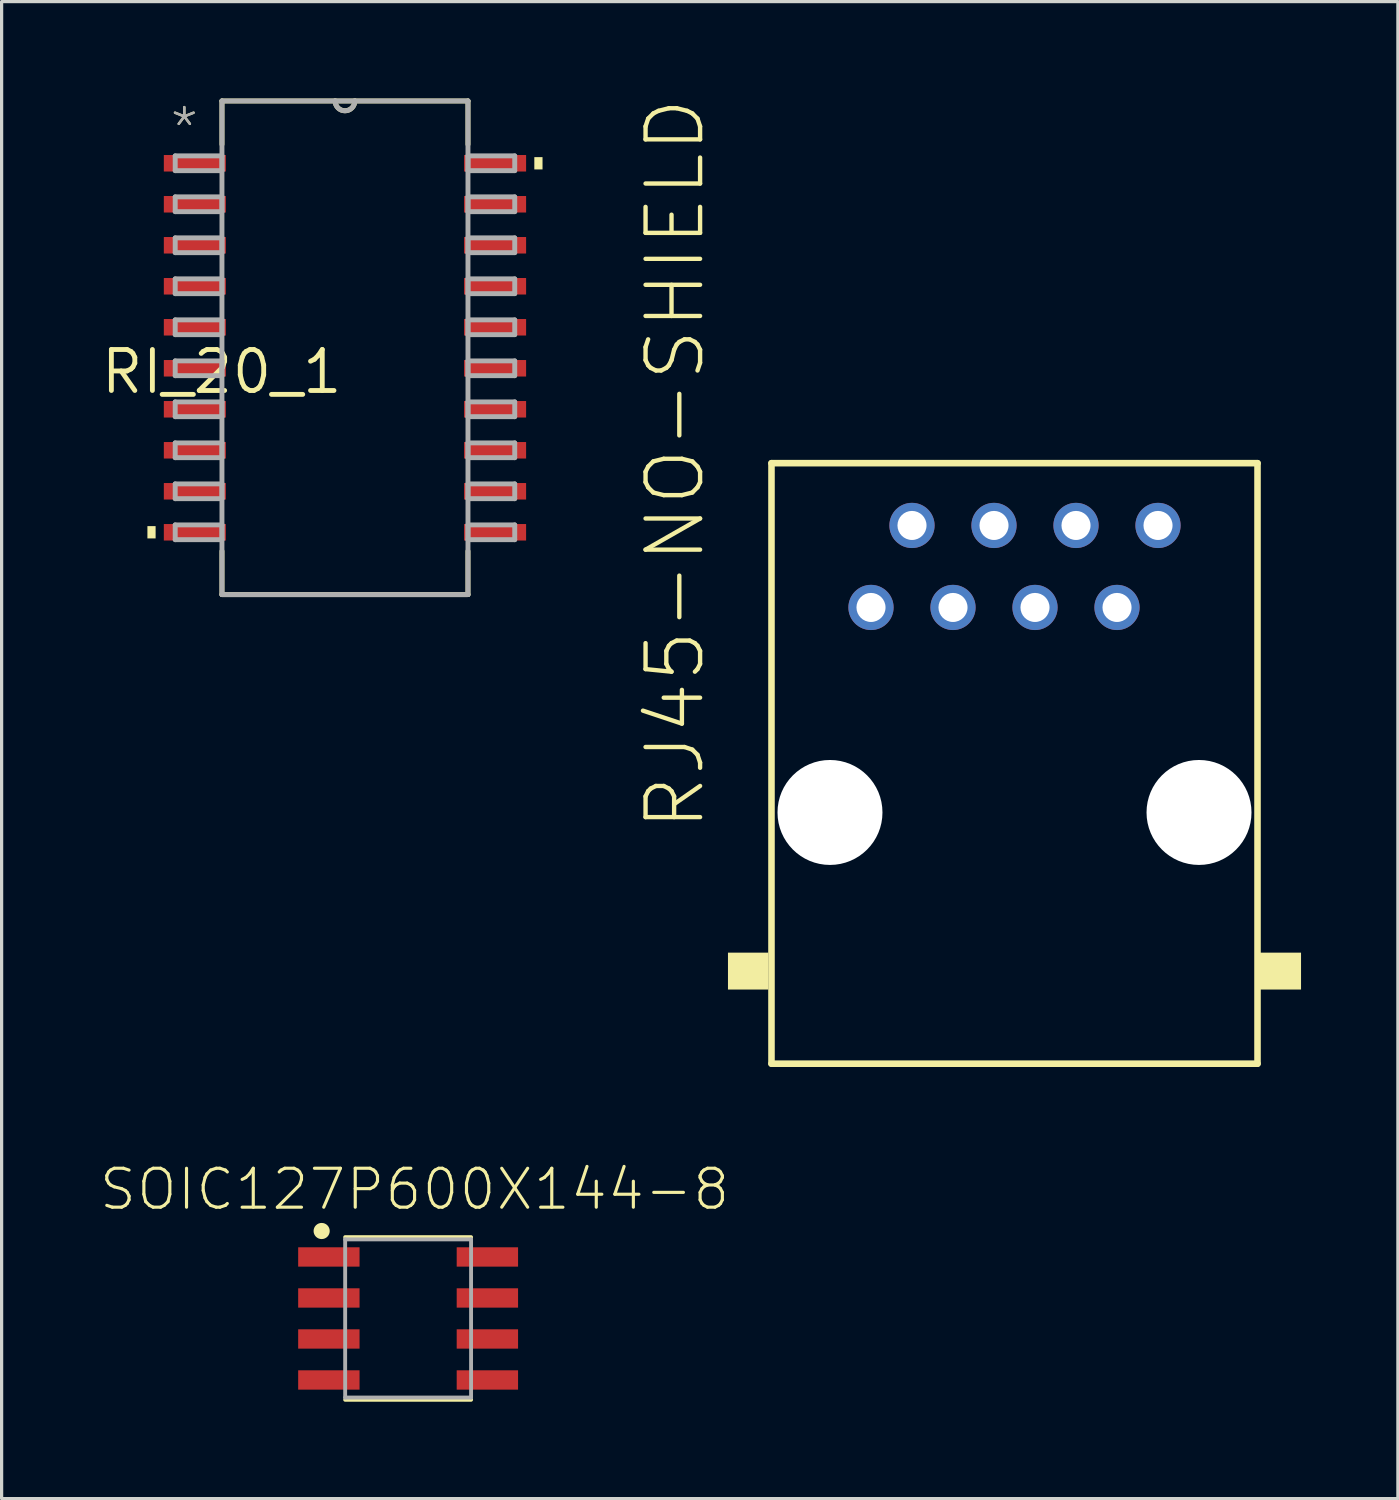
<source format=kicad_pcb>
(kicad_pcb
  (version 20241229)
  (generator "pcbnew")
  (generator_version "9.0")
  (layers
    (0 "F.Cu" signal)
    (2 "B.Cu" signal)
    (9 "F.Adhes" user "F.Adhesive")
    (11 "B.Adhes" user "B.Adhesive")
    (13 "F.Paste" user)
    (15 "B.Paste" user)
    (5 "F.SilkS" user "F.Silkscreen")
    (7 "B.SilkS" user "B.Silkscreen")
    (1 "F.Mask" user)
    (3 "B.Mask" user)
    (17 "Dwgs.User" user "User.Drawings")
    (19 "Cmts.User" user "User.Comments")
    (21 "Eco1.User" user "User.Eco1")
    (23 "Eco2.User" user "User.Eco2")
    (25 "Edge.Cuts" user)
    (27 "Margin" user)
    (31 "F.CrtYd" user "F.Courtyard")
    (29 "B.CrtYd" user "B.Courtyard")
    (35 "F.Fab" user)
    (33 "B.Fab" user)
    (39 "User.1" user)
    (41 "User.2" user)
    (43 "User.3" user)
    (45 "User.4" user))
  (footprint "SOIC127P600X144-8"
    (layer "F.Cu")
    (at 9.591 37.788)
    (property "Reference" "SOIC127P600X144-8" (at 0.2 -3.294 180) (layer "F.SilkS") (effects (font (size 1.206 1.206) (thickness 0.097)) (justify bottom)))
    (attr through_hole)
    (fp_line (start -1.95 -2.519) (end 1.95 -2.519) (stroke (width 0.12) (type solid)) (layer "F.SilkS"))
    (fp_line (start -1.95 2.519) (end 1.95 2.519) (stroke (width 0.12) (type solid)) (layer "F.SilkS"))
    (fp_circle (center -2.678 -2.709) (end -2.553 -2.709) (stroke (width 0.25) (type solid)) (fill no) (layer "F.SilkS"))
    (fp_line (start -1.95 -2.45) (end 1.95 -2.45) (stroke (width 0.12) (type solid)) (layer "F.Fab"))
    (fp_line (start -1.95 2.45) (end -1.95 -2.45) (stroke (width 0.12) (type solid)) (layer "F.Fab"))
    (fp_line (start 1.95 -2.45) (end 1.95 2.45) (stroke (width 0.12) (type solid)) (layer "F.Fab"))
    (fp_line (start 1.95 2.45) (end -1.95 2.45) (stroke (width 0.12) (type solid)) (layer "F.Fab"))
    (pad "1" smd rect (at -2.455 -1.905) (size 1.901 0.599) (layers "F.Cu" "F.Mask" "F.Paste"))
    (pad "2" smd rect (at -2.455 -0.635) (size 1.901 0.599) (layers "F.Cu" "F.Mask" "F.Paste"))
    (pad "3" smd rect (at -2.455 0.635) (size 1.901 0.599) (layers "F.Cu" "F.Mask" "F.Paste"))
    (pad "4" smd rect (at -2.455 1.905) (size 1.901 0.599) (layers "F.Cu" "F.Mask" "F.Paste"))
    (pad "5" smd rect (at 2.455 1.905) (size 1.901 0.599) (layers "F.Cu" "F.Mask" "F.Paste"))
    (pad "6" smd rect (at 2.455 0.635) (size 1.901 0.599) (layers "F.Cu" "F.Mask" "F.Paste"))
    (pad "7" smd rect (at 2.455 -0.635) (size 1.901 0.599) (layers "F.Cu" "F.Mask" "F.Paste"))
    (pad "8" smd rect (at 2.455 -1.905) (size 1.901 0.599) (layers "F.Cu" "F.Mask" "F.Paste")))
  (footprint "RJ45-NO-SHIELD"
    (layer "F.Cu")
    (at 28.373 22.115)
    (property "Reference" "RJ45-NO-SHIELD" (at -9.525 0.635 270) (layer "F.SilkS") (effects (font (size 1.689 1.689) (thickness 0.135)) (justify left bottom)))
    (attr through_hole)
    (fp_line (start -7.527 -10.819) (end 7.527 -10.819) (stroke (width 0.203) (type solid)) (layer "F.SilkS"))
    (fp_line (start -7.527 7.782) (end -7.527 -10.819) (stroke (width 0.203) (type solid)) (layer "F.SilkS"))
    (fp_line (start 7.527 -10.819) (end 7.527 7.782) (stroke (width 0.203) (type solid)) (layer "F.SilkS"))
    (fp_line (start 7.527 7.782) (end -7.527 7.782) (stroke (width 0.203) (type solid)) (layer "F.SilkS"))
    (fp_poly (pts (xy -8.875 5.485) (xy -7.625 5.485) (xy -7.625 4.342) (xy -8.875 4.342)) (stroke (width 0) (type solid)) (fill yes) (layer "F.SilkS"))
    (fp_poly (pts (xy 7.6 5.485) (xy 8.875 5.485) (xy 8.875 4.342) (xy 7.6 4.342)) (stroke (width 0) (type solid)) (fill yes) (layer "F.SilkS"))
    (pad "" np_thru_hole circle (at -5.715 0) (size 3.251 3.251) (drill 3.251) (layers "*.Cu" "*.Mask"))
    (pad "" np_thru_hole circle (at 5.715 0) (size 3.251 3.251) (drill 3.251) (layers "*.Cu" "*.Mask"))
    (pad "1" thru_hole circle (at -4.445 -6.35) (size 1.4 1.4) (drill 0.9) (layers "*.Cu" "*.Mask"))
    (pad "2" thru_hole circle (at -3.175 -8.89) (size 1.4 1.4) (drill 0.9) (layers "*.Cu" "*.Mask"))
    (pad "3" thru_hole circle (at -1.905 -6.35) (size 1.4 1.4) (drill 0.9) (layers "*.Cu" "*.Mask"))
    (pad "4" thru_hole circle (at -0.635 -8.89) (size 1.4 1.4) (drill 0.9) (layers "*.Cu" "*.Mask"))
    (pad "5" thru_hole circle (at 0.635 -6.35) (size 1.4 1.4) (drill 0.9) (layers "*.Cu" "*.Mask"))
    (pad "6" thru_hole circle (at 1.905 -8.89) (size 1.4 1.4) (drill 0.9) (layers "*.Cu" "*.Mask"))
    (pad "7" thru_hole circle (at 3.175 -6.35) (size 1.4 1.4) (drill 0.9) (layers "*.Cu" "*.Mask"))
    (pad "8" thru_hole circle (at 4.445 -8.89) (size 1.4 1.4) (drill 0.9) (layers "*.Cu" "*.Mask")))
  (footprint "RI_20_1"
    (layer "F.Cu")
    (at 7.635 7.722)
    (property "Reference" "RI_20_1" (at 0 0 0) (layer "F.SilkS") (effects (font (size 1.27 1.27) (thickness 0.15)) (justify right top)))
    (attr through_hole)
    (fp_line (start -3.81 -7.645) (end -3.81 -6.299) (stroke (width 0.152) (type solid)) (layer "F.SilkS"))
    (fp_line (start -3.81 6.299) (end -3.81 7.645) (stroke (width 0.152) (type solid)) (layer "F.SilkS"))
    (fp_line (start -3.81 7.645) (end 3.81 7.645) (stroke (width 0.152) (type solid)) (layer "F.SilkS"))
    (fp_line (start -0.305 -7.645) (end -3.81 -7.645) (stroke (width 0.152) (type solid)) (layer "F.SilkS"))
    (fp_line (start 0.305 -7.645) (end -0.305 -7.645) (stroke (width 0.152) (type solid)) (layer "F.SilkS"))
    (fp_line (start 3.81 -7.645) (end 0.305 -7.645) (stroke (width 0.152) (type solid)) (layer "F.SilkS"))
    (fp_line (start 3.81 -6.299) (end 3.81 -7.645) (stroke (width 0.152) (type solid)) (layer "F.SilkS"))
    (fp_line (start 3.81 7.645) (end 3.81 6.299) (stroke (width 0.152) (type solid)) (layer "F.SilkS"))
    (fp_arc (start 0.3048 -7.6454) (mid 0 -7.3406) (end -0.3048 -7.6454) (stroke (width 0.1524) (type solid)) (layer "F.SilkS"))
    (fp_poly (pts (xy -6.119 5.524) (xy -6.119 5.905) (xy -5.865 5.905) (xy -5.865 5.524)) (stroke (width 0) (type solid)) (fill yes) (layer "F.SilkS"))
    (fp_poly (pts (xy 6.119 -5.905) (xy 6.119 -5.524) (xy 5.865 -5.524) (xy 5.865 -5.905)) (stroke (width 0) (type solid)) (fill yes) (layer "F.SilkS"))
    (fp_line (start -5.258 -5.944) (end -5.258 -5.486) (stroke (width 0.152) (type solid)) (layer "F.Fab"))
    (fp_line (start -5.258 -5.486) (end -3.81 -5.486) (stroke (width 0.152) (type solid)) (layer "F.Fab"))
    (fp_line (start -5.258 -4.674) (end -5.258 -4.216) (stroke (width 0.152) (type solid)) (layer "F.Fab"))
    (fp_line (start -5.258 -4.216) (end -3.81 -4.216) (stroke (width 0.152) (type solid)) (layer "F.Fab"))
    (fp_line (start -5.258 -3.404) (end -5.258 -2.946) (stroke (width 0.152) (type solid)) (layer "F.Fab"))
    (fp_line (start -5.258 -2.946) (end -3.81 -2.946) (stroke (width 0.152) (type solid)) (layer "F.Fab"))
    (fp_line (start -5.258 -2.134) (end -5.258 -1.676) (stroke (width 0.152) (type solid)) (layer "F.Fab"))
    (fp_line (start -5.258 -1.676) (end -3.81 -1.676) (stroke (width 0.152) (type solid)) (layer "F.Fab"))
    (fp_line (start -5.258 -0.864) (end -5.258 -0.406) (stroke (width 0.152) (type solid)) (layer "F.Fab"))
    (fp_line (start -5.258 -0.406) (end -3.81 -0.406) (stroke (width 0.152) (type solid)) (layer "F.Fab"))
    (fp_line (start -5.258 0.406) (end -5.258 0.864) (stroke (width 0.152) (type solid)) (layer "F.Fab"))
    (fp_line (start -5.258 0.864) (end -3.81 0.864) (stroke (width 0.152) (type solid)) (layer "F.Fab"))
    (fp_line (start -5.258 1.676) (end -5.258 2.134) (stroke (width 0.152) (type solid)) (layer "F.Fab"))
    (fp_line (start -5.258 2.134) (end -3.81 2.134) (stroke (width 0.152) (type solid)) (layer "F.Fab"))
    (fp_line (start -5.258 2.946) (end -5.258 3.404) (stroke (width 0.152) (type solid)) (layer "F.Fab"))
    (fp_line (start -5.258 3.404) (end -3.81 3.404) (stroke (width 0.152) (type solid)) (layer "F.Fab"))
    (fp_line (start -5.258 4.216) (end -5.258 4.674) (stroke (width 0.152) (type solid)) (layer "F.Fab"))
    (fp_line (start -5.258 4.674) (end -3.81 4.674) (stroke (width 0.152) (type solid)) (layer "F.Fab"))
    (fp_line (start -5.258 5.486) (end -5.258 5.944) (stroke (width 0.152) (type solid)) (layer "F.Fab"))
    (fp_line (start -5.258 5.944) (end -3.81 5.944) (stroke (width 0.152) (type solid)) (layer "F.Fab"))
    (fp_line (start -3.81 -7.645) (end -3.81 7.645) (stroke (width 0.152) (type solid)) (layer "F.Fab"))
    (fp_line (start -3.81 -5.944) (end -5.258 -5.944) (stroke (width 0.152) (type solid)) (layer "F.Fab"))
    (fp_line (start -3.81 -5.486) (end -3.81 -5.944) (stroke (width 0.152) (type solid)) (layer "F.Fab"))
    (fp_line (start -3.81 -4.674) (end -5.258 -4.674) (stroke (width 0.152) (type solid)) (layer "F.Fab"))
    (fp_line (start -3.81 -4.216) (end -3.81 -4.674) (stroke (width 0.152) (type solid)) (layer "F.Fab"))
    (fp_line (start -3.81 -3.404) (end -5.258 -3.404) (stroke (width 0.152) (type solid)) (layer "F.Fab"))
    (fp_line (start -3.81 -2.946) (end -3.81 -3.404) (stroke (width 0.152) (type solid)) (layer "F.Fab"))
    (fp_line (start -3.81 -2.134) (end -5.258 -2.134) (stroke (width 0.152) (type solid)) (layer "F.Fab"))
    (fp_line (start -3.81 -1.676) (end -3.81 -2.134) (stroke (width 0.152) (type solid)) (layer "F.Fab"))
    (fp_line (start -3.81 -0.864) (end -5.258 -0.864) (stroke (width 0.152) (type solid)) (layer "F.Fab"))
    (fp_line (start -3.81 -0.406) (end -3.81 -0.864) (stroke (width 0.152) (type solid)) (layer "F.Fab"))
    (fp_line (start -3.81 0.406) (end -5.258 0.406) (stroke (width 0.152) (type solid)) (layer "F.Fab"))
    (fp_line (start -3.81 0.864) (end -3.81 0.406) (stroke (width 0.152) (type solid)) (layer "F.Fab"))
    (fp_line (start -3.81 1.676) (end -5.258 1.676) (stroke (width 0.152) (type solid)) (layer "F.Fab"))
    (fp_line (start -3.81 2.134) (end -3.81 1.676) (stroke (width 0.152) (type solid)) (layer "F.Fab"))
    (fp_line (start -3.81 2.946) (end -5.258 2.946) (stroke (width 0.152) (type solid)) (layer "F.Fab"))
    (fp_line (start -3.81 3.404) (end -3.81 2.946) (stroke (width 0.152) (type solid)) (layer "F.Fab"))
    (fp_line (start -3.81 4.216) (end -5.258 4.216) (stroke (width 0.152) (type solid)) (layer "F.Fab"))
    (fp_line (start -3.81 4.674) (end -3.81 4.216) (stroke (width 0.152) (type solid)) (layer "F.Fab"))
    (fp_line (start -3.81 5.486) (end -5.258 5.486) (stroke (width 0.152) (type solid)) (layer "F.Fab"))
    (fp_line (start -3.81 5.944) (end -3.81 5.486) (stroke (width 0.152) (type solid)) (layer "F.Fab"))
    (fp_line (start -3.81 7.645) (end 3.81 7.645) (stroke (width 0.152) (type solid)) (layer "F.Fab"))
    (fp_line (start -0.305 -7.645) (end -3.81 -7.645) (stroke (width 0.152) (type solid)) (layer "F.Fab"))
    (fp_line (start 0.305 -7.645) (end -0.305 -7.645) (stroke (width 0.152) (type solid)) (layer "F.Fab"))
    (fp_line (start 3.81 -7.645) (end 0.305 -7.645) (stroke (width 0.152) (type solid)) (layer "F.Fab"))
    (fp_line (start 3.81 -5.944) (end 3.81 -5.486) (stroke (width 0.152) (type solid)) (layer "F.Fab"))
    (fp_line (start 3.81 -5.486) (end 5.258 -5.486) (stroke (width 0.152) (type solid)) (layer "F.Fab"))
    (fp_line (start 3.81 -4.674) (end 3.81 -4.216) (stroke (width 0.152) (type solid)) (layer "F.Fab"))
    (fp_line (start 3.81 -4.216) (end 5.258 -4.216) (stroke (width 0.152) (type solid)) (layer "F.Fab"))
    (fp_line (start 3.81 -3.404) (end 3.81 -2.946) (stroke (width 0.152) (type solid)) (layer "F.Fab"))
    (fp_line (start 3.81 -2.946) (end 5.258 -2.946) (stroke (width 0.152) (type solid)) (layer "F.Fab"))
    (fp_line (start 3.81 -2.134) (end 3.81 -1.676) (stroke (width 0.152) (type solid)) (layer "F.Fab"))
    (fp_line (start 3.81 -1.676) (end 5.258 -1.676) (stroke (width 0.152) (type solid)) (layer "F.Fab"))
    (fp_line (start 3.81 -0.864) (end 3.81 -0.406) (stroke (width 0.152) (type solid)) (layer "F.Fab"))
    (fp_line (start 3.81 -0.406) (end 5.258 -0.406) (stroke (width 0.152) (type solid)) (layer "F.Fab"))
    (fp_line (start 3.81 0.406) (end 3.81 0.864) (stroke (width 0.152) (type solid)) (layer "F.Fab"))
    (fp_line (start 3.81 0.864) (end 5.258 0.864) (stroke (width 0.152) (type solid)) (layer "F.Fab"))
    (fp_line (start 3.81 1.676) (end 3.81 2.134) (stroke (width 0.152) (type solid)) (layer "F.Fab"))
    (fp_line (start 3.81 2.134) (end 5.258 2.134) (stroke (width 0.152) (type solid)) (layer "F.Fab"))
    (fp_line (start 3.81 2.946) (end 3.81 3.404) (stroke (width 0.152) (type solid)) (layer "F.Fab"))
    (fp_line (start 3.81 3.404) (end 5.258 3.404) (stroke (width 0.152) (type solid)) (layer "F.Fab"))
    (fp_line (start 3.81 4.216) (end 3.81 4.674) (stroke (width 0.152) (type solid)) (layer "F.Fab"))
    (fp_line (start 3.81 4.674) (end 5.258 4.674) (stroke (width 0.152) (type solid)) (layer "F.Fab"))
    (fp_line (start 3.81 5.486) (end 3.81 5.944) (stroke (width 0.152) (type solid)) (layer "F.Fab"))
    (fp_line (start 3.81 5.944) (end 5.258 5.944) (stroke (width 0.152) (type solid)) (layer "F.Fab"))
    (fp_line (start 3.81 7.645) (end 3.81 -7.645) (stroke (width 0.152) (type solid)) (layer "F.Fab"))
    (fp_line (start 5.258 -5.944) (end 3.81 -5.944) (stroke (width 0.152) (type solid)) (layer "F.Fab"))
    (fp_line (start 5.258 -5.486) (end 5.258 -5.944) (stroke (width 0.152) (type solid)) (layer "F.Fab"))
    (fp_line (start 5.258 -4.674) (end 3.81 -4.674) (stroke (width 0.152) (type solid)) (layer "F.Fab"))
    (fp_line (start 5.258 -4.216) (end 5.258 -4.674) (stroke (width 0.152) (type solid)) (layer "F.Fab"))
    (fp_line (start 5.258 -3.404) (end 3.81 -3.404) (stroke (width 0.152) (type solid)) (layer "F.Fab"))
    (fp_line (start 5.258 -2.946) (end 5.258 -3.404) (stroke (width 0.152) (type solid)) (layer "F.Fab"))
    (fp_line (start 5.258 -2.134) (end 3.81 -2.134) (stroke (width 0.152) (type solid)) (layer "F.Fab"))
    (fp_line (start 5.258 -1.676) (end 5.258 -2.134) (stroke (width 0.152) (type solid)) (layer "F.Fab"))
    (fp_line (start 5.258 -0.864) (end 3.81 -0.864) (stroke (width 0.152) (type solid)) (layer "F.Fab"))
    (fp_line (start 5.258 -0.406) (end 5.258 -0.864) (stroke (width 0.152) (type solid)) (layer "F.Fab"))
    (fp_line (start 5.258 0.406) (end 3.81 0.406) (stroke (width 0.152) (type solid)) (layer "F.Fab"))
    (fp_line (start 5.258 0.864) (end 5.258 0.406) (stroke (width 0.152) (type solid)) (layer "F.Fab"))
    (fp_line (start 5.258 1.676) (end 3.81 1.676) (stroke (width 0.152) (type solid)) (layer "F.Fab"))
    (fp_line (start 5.258 2.134) (end 5.258 1.676) (stroke (width 0.152) (type solid)) (layer "F.Fab"))
    (fp_line (start 5.258 2.946) (end 3.81 2.946) (stroke (width 0.152) (type solid)) (layer "F.Fab"))
    (fp_line (start 5.258 3.404) (end 5.258 2.946) (stroke (width 0.152) (type solid)) (layer "F.Fab"))
    (fp_line (start 5.258 4.216) (end 3.81 4.216) (stroke (width 0.152) (type solid)) (layer "F.Fab"))
    (fp_line (start 5.258 4.674) (end 5.258 4.216) (stroke (width 0.152) (type solid)) (layer "F.Fab"))
    (fp_line (start 5.258 5.486) (end 3.81 5.486) (stroke (width 0.152) (type solid)) (layer "F.Fab"))
    (fp_line (start 5.258 5.944) (end 5.258 5.486) (stroke (width 0.152) (type solid)) (layer "F.Fab"))
    (fp_arc (start 0.3048 -7.6454) (mid 0 -7.3406) (end -0.3048 -7.6454) (stroke (width 0.1524) (type solid)) (layer "F.Fab"))
    (fp_text user "*" (at -5.486 -6.096 0) (layer "F.SilkS") (effects (font (size 1.206 1.206) (thickness 0.076)) (justify left bottom)))
    (fp_text user "*" (at -5.486 -6.096 0) (layer "F.Fab") (effects (font (size 1.206 1.206) (thickness 0.076)) (justify left bottom)))
    (pad "1" smd rect (at -4.65 -5.715) (size 1.921 0.511) (layers "F.Cu" "F.Mask" "F.Paste"))
    (pad "2" smd rect (at -4.65 -4.445) (size 1.921 0.511) (layers "F.Cu" "F.Mask" "F.Paste"))
    (pad "3" smd rect (at -4.65 -3.175) (size 1.921 0.511) (layers "F.Cu" "F.Mask" "F.Paste"))
    (pad "4" smd rect (at -4.65 -1.905) (size 1.921 0.511) (layers "F.Cu" "F.Mask" "F.Paste"))
    (pad "5" smd rect (at -4.65 -0.635) (size 1.921 0.511) (layers "F.Cu" "F.Mask" "F.Paste"))
    (pad "6" smd rect (at -4.65 0.635) (size 1.921 0.511) (layers "F.Cu" "F.Mask" "F.Paste"))
    (pad "7" smd rect (at -4.65 1.905) (size 1.921 0.511) (layers "F.Cu" "F.Mask" "F.Paste"))
    (pad "8" smd rect (at -4.65 3.175) (size 1.921 0.511) (layers "F.Cu" "F.Mask" "F.Paste"))
    (pad "9" smd rect (at -4.65 4.445) (size 1.921 0.511) (layers "F.Cu" "F.Mask" "F.Paste"))
    (pad "10" smd rect (at -4.65 5.715) (size 1.921 0.511) (layers "F.Cu" "F.Mask" "F.Paste"))
    (pad "11" smd rect (at 4.65 5.715) (size 1.921 0.511) (layers "F.Cu" "F.Mask" "F.Paste"))
    (pad "12" smd rect (at 4.65 4.445) (size 1.921 0.511) (layers "F.Cu" "F.Mask" "F.Paste"))
    (pad "13" smd rect (at 4.65 3.175) (size 1.921 0.511) (layers "F.Cu" "F.Mask" "F.Paste"))
    (pad "14" smd rect (at 4.65 1.905) (size 1.921 0.511) (layers "F.Cu" "F.Mask" "F.Paste"))
    (pad "15" smd rect (at 4.65 0.635) (size 1.921 0.511) (layers "F.Cu" "F.Mask" "F.Paste"))
    (pad "16" smd rect (at 4.65 -0.635) (size 1.921 0.511) (layers "F.Cu" "F.Mask" "F.Paste"))
    (pad "17" smd rect (at 4.65 -1.905) (size 1.921 0.511) (layers "F.Cu" "F.Mask" "F.Paste"))
    (pad "18" smd rect (at 4.65 -3.175) (size 1.921 0.511) (layers "F.Cu" "F.Mask" "F.Paste"))
    (pad "19" smd rect (at 4.65 -4.445) (size 1.921 0.511) (layers "F.Cu" "F.Mask" "F.Paste"))
    (pad "20" smd rect (at 4.65 -5.715) (size 1.921 0.511) (layers "F.Cu" "F.Mask" "F.Paste")))
  (gr_rect
    (start -3 -3)
    (end 40.248 43.367)
    (stroke (width 0.1) (type default))
    (fill no)
    (layer "Edge.Cuts")))
</source>
